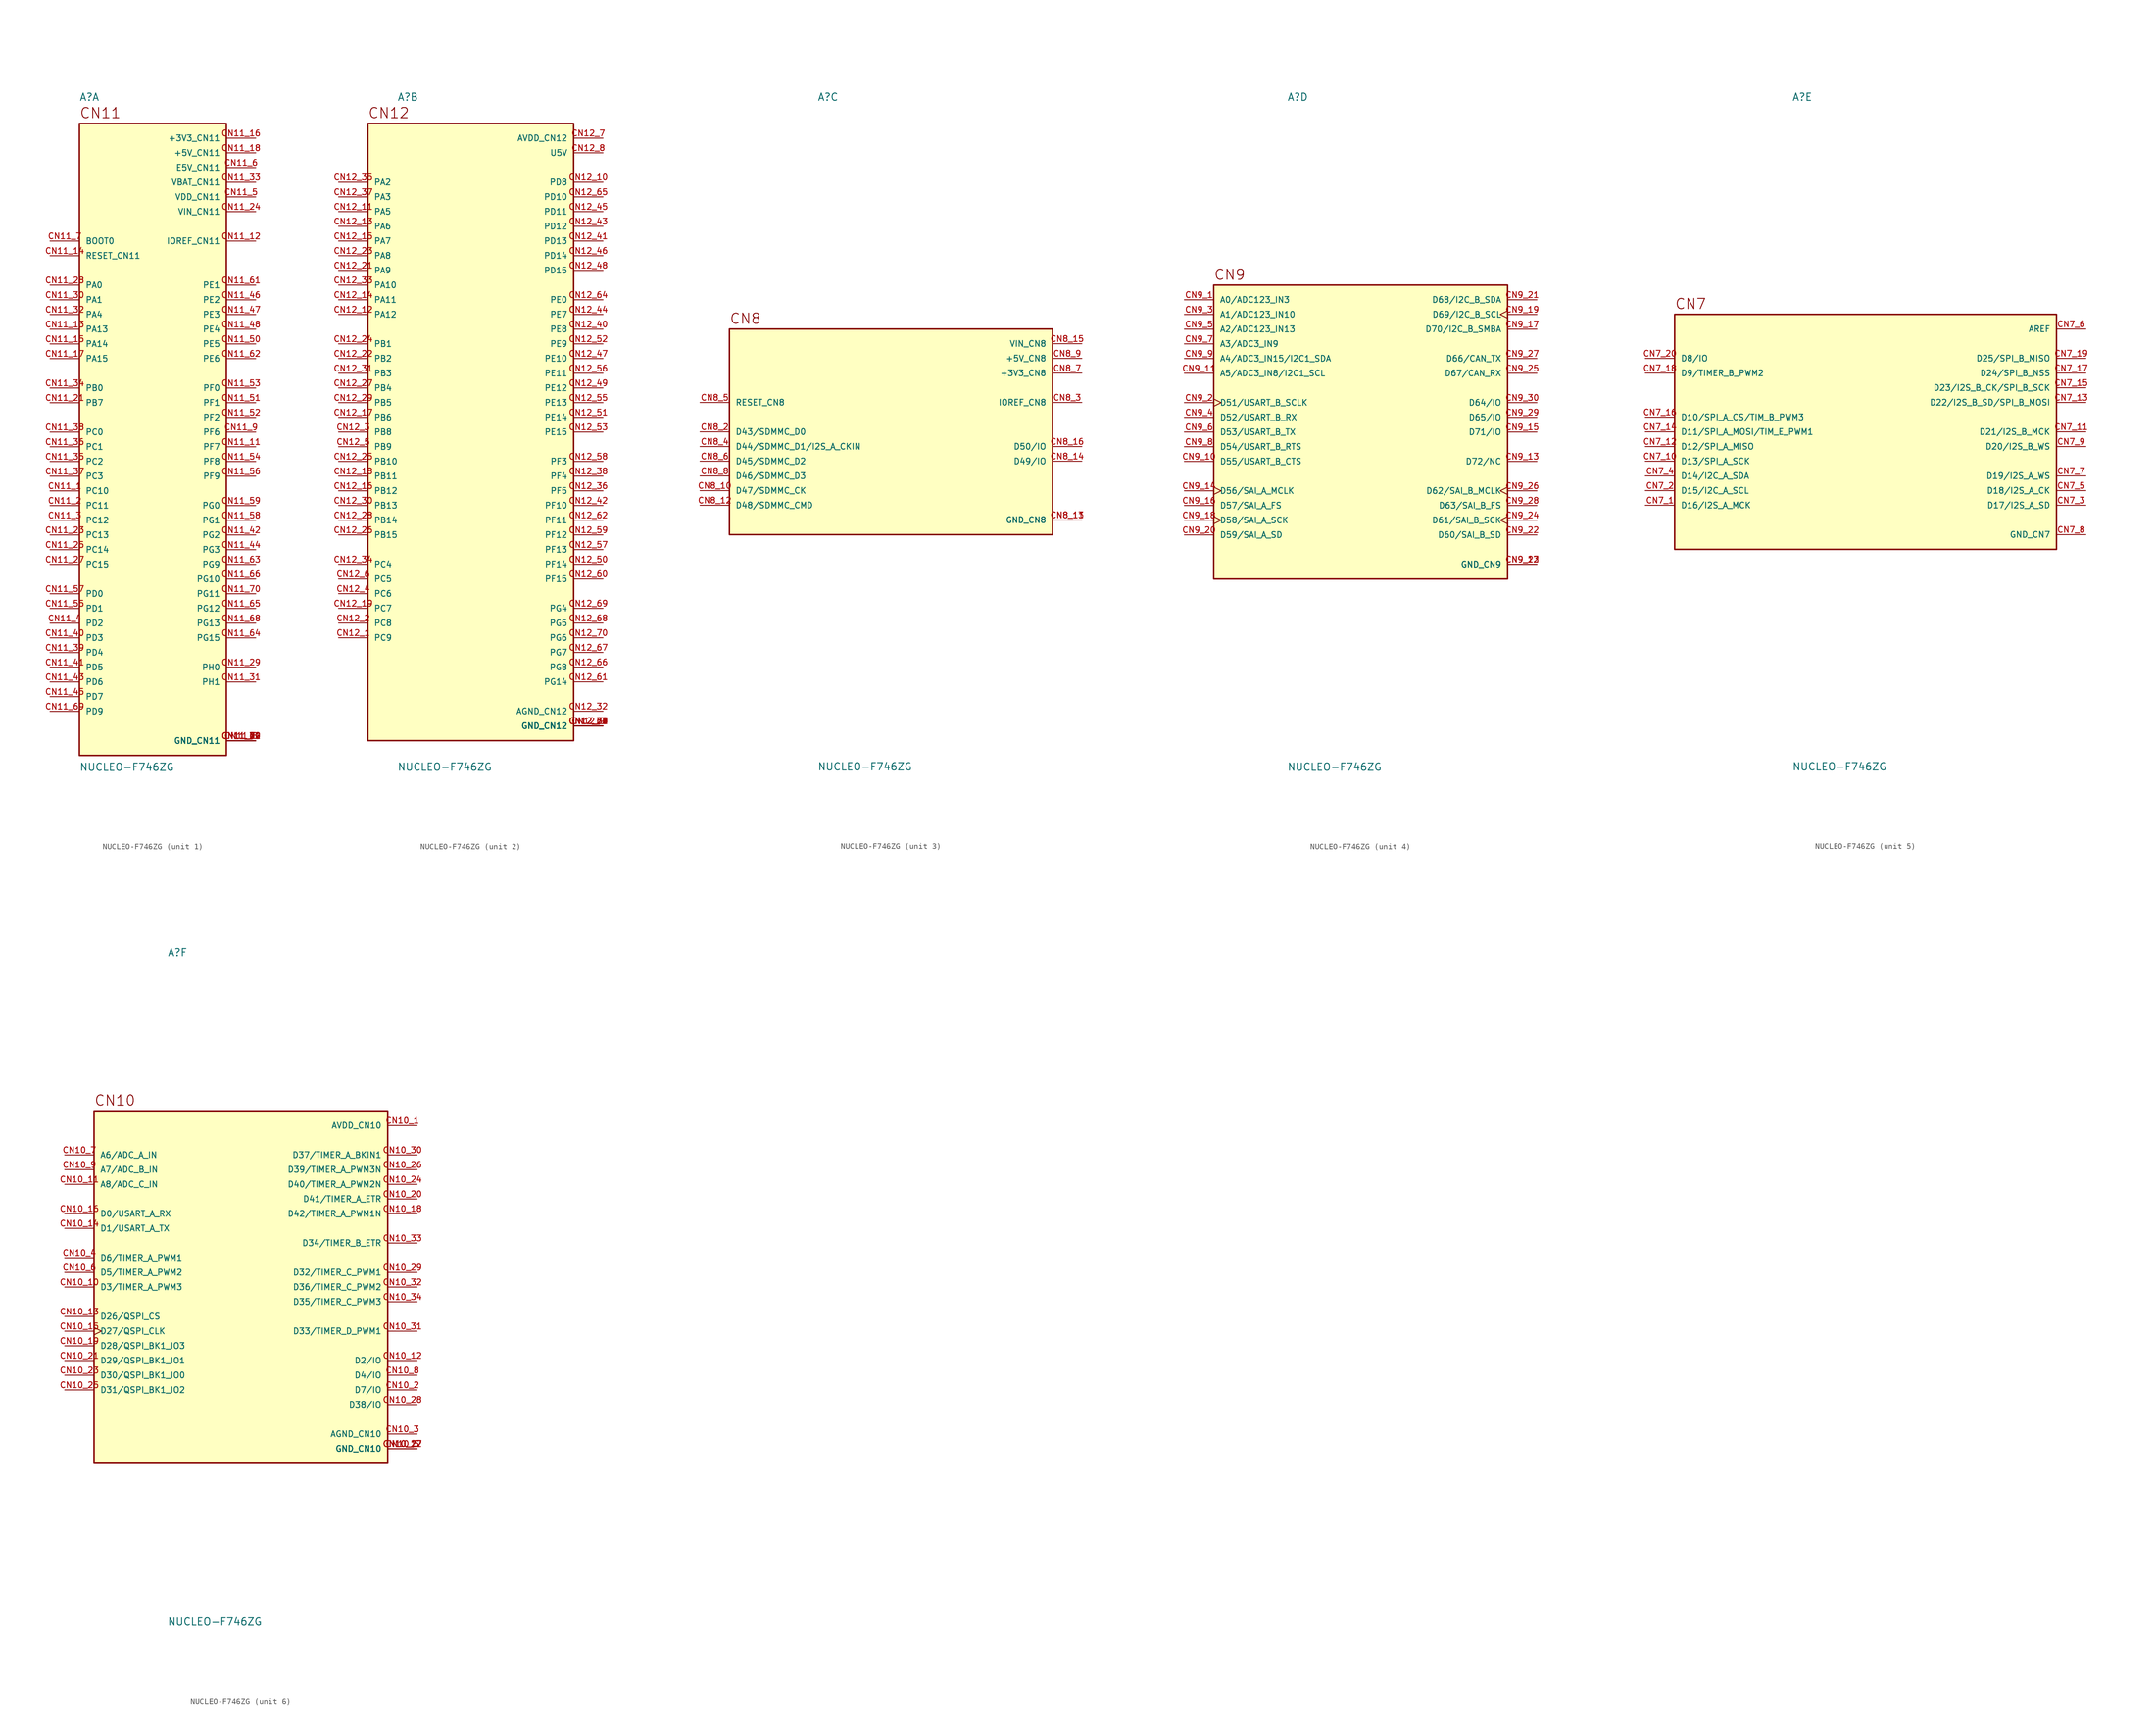
<source format=kicad_sym>
(kicad_symbol_lib
  (version 20231120)
  (generator "kicad_symbol_editor")
  (generator_version "8.0")
  (symbol "NUCLEO-F746ZG"
    (pin_names
      (offset 1.016))
    (property "Reference" "A"
      (at -12.7 57.15 0)
      (effects (font (size 1.27 1.27)) (justify left bottom)))
    (property "Value" "NUCLEO-F746ZG"
      (at -12.7 -57.15 0)
      (effects (font (size 1.27 1.27)) (justify left top)))
    (symbol "NUCLEO-F746ZG_1_0"
      (rectangle (start -12.7 53.34) (end 12.7 -55.88) (stroke (width 0.254) (type default)) (fill (type background)))
      (text "CN11" (at -12.7 54.102 0) (effects (font (size 1.778 1.778)) (justify left bottom)))
      (pin bidirectional line (at -17.78 -10.16 0) (length 5.08) (name "PC10" (effects (font (size 1.016 1.016)))) (number "CN11_1" (effects (font (size 1.016 1.016)))))
      (pin bidirectional line (at 17.78 -2.54 180) (length 5.08) (name "PF7" (effects (font (size 1.016 1.016)))) (number "CN11_11" (effects (font (size 1.016 1.016)))))
      (pin bidirectional line (at 17.78 33.02 180) (length 5.08) (name "IOREF_CN11" (effects (font (size 1.016 1.016)))) (number "CN11_12" (effects (font (size 1.016 1.016)))))
      (pin bidirectional line (at -17.78 17.78 0) (length 5.08) (name "PA13" (effects (font (size 1.016 1.016)))) (number "CN11_13" (effects (font (size 1.016 1.016)))))
      (pin bidirectional line (at -17.78 30.48 0) (length 5.08) (name "RESET_CN11" (effects (font (size 1.016 1.016)))) (number "CN11_14" (effects (font (size 1.016 1.016)))))
      (pin bidirectional line (at -17.78 15.24 0) (length 5.08) (name "PA14" (effects (font (size 1.016 1.016)))) (number "CN11_15" (effects (font (size 1.016 1.016)))))
      (pin power_in line (at 17.78 50.8 180) (length 5.08) (name "+3V3_CN11" (effects (font (size 1.016 1.016)))) (number "CN11_16" (effects (font (size 1.016 1.016)))))
      (pin bidirectional line (at -17.78 12.7 0) (length 5.08) (name "PA15" (effects (font (size 1.016 1.016)))) (number "CN11_17" (effects (font (size 1.016 1.016)))))
      (pin power_in line (at 17.78 48.26 180) (length 5.08) (name "+5V_CN11" (effects (font (size 1.016 1.016)))) (number "CN11_18" (effects (font (size 1.016 1.016)))))
      (pin power_in line (at 17.78 -53.34 180) (length 5.08) (name "GND_CN11" (effects (font (size 1.016 1.016)))) (number "CN11_19" (effects (font (size 1.016 1.016)))))
      (pin bidirectional line (at -17.78 -12.7 0) (length 5.08) (name "PC11" (effects (font (size 1.016 1.016)))) (number "CN11_2" (effects (font (size 1.016 1.016)))))
      (pin power_in line (at 17.78 -53.34 180) (length 5.08) (name "GND_CN11" (effects (font (size 1.016 1.016)))) (number "CN11_20" (effects (font (size 1.016 1.016)))))
      (pin bidirectional line (at -17.78 5.08 0) (length 5.08) (name "PB7" (effects (font (size 1.016 1.016)))) (number "CN11_21" (effects (font (size 1.016 1.016)))))
      (pin power_in line (at 17.78 -53.34 180) (length 5.08) (name "GND_CN11" (effects (font (size 1.016 1.016)))) (number "CN11_22" (effects (font (size 1.016 1.016)))))
      (pin bidirectional line (at -17.78 -17.78 0) (length 5.08) (name "PC13" (effects (font (size 1.016 1.016)))) (number "CN11_23" (effects (font (size 1.016 1.016)))))
      (pin power_in line (at 17.78 38.1 180) (length 5.08) (name "VIN_CN11" (effects (font (size 1.016 1.016)))) (number "CN11_24" (effects (font (size 1.016 1.016)))))
      (pin bidirectional line (at -17.78 -20.32 0) (length 5.08) (name "PC14" (effects (font (size 1.016 1.016)))) (number "CN11_25" (effects (font (size 1.016 1.016)))))
      (pin bidirectional line (at -17.78 -22.86 0) (length 5.08) (name "PC15" (effects (font (size 1.016 1.016)))) (number "CN11_27" (effects (font (size 1.016 1.016)))))
      (pin bidirectional line (at -17.78 25.4 0) (length 5.08) (name "PA0" (effects (font (size 1.016 1.016)))) (number "CN11_28" (effects (font (size 1.016 1.016)))))
      (pin bidirectional line (at 17.78 -40.64 180) (length 5.08) (name "PH0" (effects (font (size 1.016 1.016)))) (number "CN11_29" (effects (font (size 1.016 1.016)))))
      (pin bidirectional line (at -17.78 -15.24 0) (length 5.08) (name "PC12" (effects (font (size 1.016 1.016)))) (number "CN11_3" (effects (font (size 1.016 1.016)))))
      (pin bidirectional line (at -17.78 22.86 0) (length 5.08) (name "PA1" (effects (font (size 1.016 1.016)))) (number "CN11_30" (effects (font (size 1.016 1.016)))))
      (pin bidirectional line (at 17.78 -43.18 180) (length 5.08) (name "PH1" (effects (font (size 1.016 1.016)))) (number "CN11_31" (effects (font (size 1.016 1.016)))))
      (pin bidirectional line (at -17.78 20.32 0) (length 5.08) (name "PA4" (effects (font (size 1.016 1.016)))) (number "CN11_32" (effects (font (size 1.016 1.016)))))
      (pin power_in line (at 17.78 43.18 180) (length 5.08) (name "VBAT_CN11" (effects (font (size 1.016 1.016)))) (number "CN11_33" (effects (font (size 1.016 1.016)))))
      (pin bidirectional line (at -17.78 7.62 0) (length 5.08) (name "PB0" (effects (font (size 1.016 1.016)))) (number "CN11_34" (effects (font (size 1.016 1.016)))))
      (pin bidirectional line (at -17.78 -5.08 0) (length 5.08) (name "PC2" (effects (font (size 1.016 1.016)))) (number "CN11_35" (effects (font (size 1.016 1.016)))))
      (pin bidirectional line (at -17.78 -2.54 0) (length 5.08) (name "PC1" (effects (font (size 1.016 1.016)))) (number "CN11_36" (effects (font (size 1.016 1.016)))))
      (pin bidirectional line (at -17.78 -7.62 0) (length 5.08) (name "PC3" (effects (font (size 1.016 1.016)))) (number "CN11_37" (effects (font (size 1.016 1.016)))))
      (pin bidirectional line (at -17.78 0 0) (length 5.08) (name "PC0" (effects (font (size 1.016 1.016)))) (number "CN11_38" (effects (font (size 1.016 1.016)))))
      (pin bidirectional line (at -17.78 -38.1 0) (length 5.08) (name "PD4" (effects (font (size 1.016 1.016)))) (number "CN11_39" (effects (font (size 1.016 1.016)))))
      (pin bidirectional line (at -17.78 -33.02 0) (length 5.08) (name "PD2" (effects (font (size 1.016 1.016)))) (number "CN11_4" (effects (font (size 1.016 1.016)))))
      (pin bidirectional line (at -17.78 -35.56 0) (length 5.08) (name "PD3" (effects (font (size 1.016 1.016)))) (number "CN11_40" (effects (font (size 1.016 1.016)))))
      (pin bidirectional line (at -17.78 -40.64 0) (length 5.08) (name "PD5" (effects (font (size 1.016 1.016)))) (number "CN11_41" (effects (font (size 1.016 1.016)))))
      (pin bidirectional line (at 17.78 -17.78 180) (length 5.08) (name "PG2" (effects (font (size 1.016 1.016)))) (number "CN11_42" (effects (font (size 1.016 1.016)))))
      (pin bidirectional line (at -17.78 -43.18 0) (length 5.08) (name "PD6" (effects (font (size 1.016 1.016)))) (number "CN11_43" (effects (font (size 1.016 1.016)))))
      (pin bidirectional line (at 17.78 -20.32 180) (length 5.08) (name "PG3" (effects (font (size 1.016 1.016)))) (number "CN11_44" (effects (font (size 1.016 1.016)))))
      (pin bidirectional line (at -17.78 -45.72 0) (length 5.08) (name "PD7" (effects (font (size 1.016 1.016)))) (number "CN11_45" (effects (font (size 1.016 1.016)))))
      (pin bidirectional line (at 17.78 22.86 180) (length 5.08) (name "PE2" (effects (font (size 1.016 1.016)))) (number "CN11_46" (effects (font (size 1.016 1.016)))))
      (pin bidirectional line (at 17.78 20.32 180) (length 5.08) (name "PE3" (effects (font (size 1.016 1.016)))) (number "CN11_47" (effects (font (size 1.016 1.016)))))
      (pin bidirectional line (at 17.78 17.78 180) (length 5.08) (name "PE4" (effects (font (size 1.016 1.016)))) (number "CN11_48" (effects (font (size 1.016 1.016)))))
      (pin power_in line (at 17.78 -53.34 180) (length 5.08) (name "GND_CN11" (effects (font (size 1.016 1.016)))) (number "CN11_49" (effects (font (size 1.016 1.016)))))
      (pin power_in line (at 17.78 40.64 180) (length 5.08) (name "VDD_CN11" (effects (font (size 1.016 1.016)))) (number "CN11_5" (effects (font (size 1.016 1.016)))))
      (pin bidirectional line (at 17.78 15.24 180) (length 5.08) (name "PE5" (effects (font (size 1.016 1.016)))) (number "CN11_50" (effects (font (size 1.016 1.016)))))
      (pin bidirectional line (at 17.78 5.08 180) (length 5.08) (name "PF1" (effects (font (size 1.016 1.016)))) (number "CN11_51" (effects (font (size 1.016 1.016)))))
      (pin bidirectional line (at 17.78 2.54 180) (length 5.08) (name "PF2" (effects (font (size 1.016 1.016)))) (number "CN11_52" (effects (font (size 1.016 1.016)))))
      (pin bidirectional line (at 17.78 7.62 180) (length 5.08) (name "PF0" (effects (font (size 1.016 1.016)))) (number "CN11_53" (effects (font (size 1.016 1.016)))))
      (pin bidirectional line (at 17.78 -5.08 180) (length 5.08) (name "PF8" (effects (font (size 1.016 1.016)))) (number "CN11_54" (effects (font (size 1.016 1.016)))))
      (pin bidirectional line (at -17.78 -30.48 0) (length 5.08) (name "PD1" (effects (font (size 1.016 1.016)))) (number "CN11_55" (effects (font (size 1.016 1.016)))))
      (pin bidirectional line (at 17.78 -7.62 180) (length 5.08) (name "PF9" (effects (font (size 1.016 1.016)))) (number "CN11_56" (effects (font (size 1.016 1.016)))))
      (pin bidirectional line (at -17.78 -27.94 0) (length 5.08) (name "PD0" (effects (font (size 1.016 1.016)))) (number "CN11_57" (effects (font (size 1.016 1.016)))))
      (pin bidirectional line (at 17.78 -15.24 180) (length 5.08) (name "PG1" (effects (font (size 1.016 1.016)))) (number "CN11_58" (effects (font (size 1.016 1.016)))))
      (pin bidirectional line (at 17.78 -12.7 180) (length 5.08) (name "PG0" (effects (font (size 1.016 1.016)))) (number "CN11_59" (effects (font (size 1.016 1.016)))))
      (pin power_in line (at 17.78 45.72 180) (length 5.08) (name "E5V_CN11" (effects (font (size 1.016 1.016)))) (number "CN11_6" (effects (font (size 1.016 1.016)))))
      (pin power_in line (at 17.78 -53.34 180) (length 5.08) (name "GND_CN11" (effects (font (size 1.016 1.016)))) (number "CN11_60" (effects (font (size 1.016 1.016)))))
      (pin bidirectional line (at 17.78 25.4 180) (length 5.08) (name "PE1" (effects (font (size 1.016 1.016)))) (number "CN11_61" (effects (font (size 1.016 1.016)))))
      (pin bidirectional line (at 17.78 12.7 180) (length 5.08) (name "PE6" (effects (font (size 1.016 1.016)))) (number "CN11_62" (effects (font (size 1.016 1.016)))))
      (pin bidirectional line (at 17.78 -22.86 180) (length 5.08) (name "PG9" (effects (font (size 1.016 1.016)))) (number "CN11_63" (effects (font (size 1.016 1.016)))))
      (pin bidirectional line (at 17.78 -35.56 180) (length 5.08) (name "PG15" (effects (font (size 1.016 1.016)))) (number "CN11_64" (effects (font (size 1.016 1.016)))))
      (pin bidirectional line (at 17.78 -30.48 180) (length 5.08) (name "PG12" (effects (font (size 1.016 1.016)))) (number "CN11_65" (effects (font (size 1.016 1.016)))))
      (pin bidirectional line (at 17.78 -25.4 180) (length 5.08) (name "PG10" (effects (font (size 1.016 1.016)))) (number "CN11_66" (effects (font (size 1.016 1.016)))))
      (pin bidirectional line (at 17.78 -33.02 180) (length 5.08) (name "PG13" (effects (font (size 1.016 1.016)))) (number "CN11_68" (effects (font (size 1.016 1.016)))))
      (pin bidirectional line (at -17.78 -48.26 0) (length 5.08) (name "PD9" (effects (font (size 1.016 1.016)))) (number "CN11_69" (effects (font (size 1.016 1.016)))))
      (pin bidirectional line (at -17.78 33.02 0) (length 5.08) (name "BOOT0" (effects (font (size 1.016 1.016)))) (number "CN11_7" (effects (font (size 1.016 1.016)))))
      (pin bidirectional line (at 17.78 -27.94 180) (length 5.08) (name "PG11" (effects (font (size 1.016 1.016)))) (number "CN11_70" (effects (font (size 1.016 1.016)))))
      (pin power_in line (at 17.78 -53.34 180) (length 5.08) (name "GND_CN11" (effects (font (size 1.016 1.016)))) (number "CN11_71" (effects (font (size 1.016 1.016)))))
      (pin power_in line (at 17.78 -53.34 180) (length 5.08) (name "GND_CN11" (effects (font (size 1.016 1.016)))) (number "CN11_72" (effects (font (size 1.016 1.016)))))
      (pin power_in line (at 17.78 -53.34 180) (length 5.08) (name "GND_CN11" (effects (font (size 1.016 1.016)))) (number "CN11_8" (effects (font (size 1.016 1.016)))))
      (pin bidirectional line (at 17.78 0 180) (length 5.08) (name "PF6" (effects (font (size 1.016 1.016)))) (number "CN11_9" (effects (font (size 1.016 1.016))))))
    (symbol "NUCLEO-F746ZG_2_0"
      (rectangle (start -17.78 -53.34) (end 17.78 53.34) (stroke (width 0.254) (type default)) (fill (type background)))
      (text "CN12" (at -17.78 54.102 0) (effects (font (size 1.778 1.778)) (justify left bottom)))
      (pin bidirectional line (at -22.86 -35.56 0) (length 5.08) (name "PC9" (effects (font (size 1.016 1.016)))) (number "CN12_1" (effects (font (size 1.016 1.016)))))
      (pin bidirectional line (at 22.86 43.18 180) (length 5.08) (name "PD8" (effects (font (size 1.016 1.016)))) (number "CN12_10" (effects (font (size 1.016 1.016)))))
      (pin bidirectional line (at -22.86 38.1 0) (length 5.08) (name "PA5" (effects (font (size 1.016 1.016)))) (number "CN12_11" (effects (font (size 1.016 1.016)))))
      (pin bidirectional line (at -22.86 20.32 0) (length 5.08) (name "PA12" (effects (font (size 1.016 1.016)))) (number "CN12_12" (effects (font (size 1.016 1.016)))))
      (pin bidirectional line (at -22.86 35.56 0) (length 5.08) (name "PA6" (effects (font (size 1.016 1.016)))) (number "CN12_13" (effects (font (size 1.016 1.016)))))
      (pin bidirectional line (at -22.86 22.86 0) (length 5.08) (name "PA11" (effects (font (size 1.016 1.016)))) (number "CN12_14" (effects (font (size 1.016 1.016)))))
      (pin bidirectional line (at -22.86 33.02 0) (length 5.08) (name "PA7" (effects (font (size 1.016 1.016)))) (number "CN12_15" (effects (font (size 1.016 1.016)))))
      (pin bidirectional line (at -22.86 -10.16 0) (length 5.08) (name "PB12" (effects (font (size 1.016 1.016)))) (number "CN12_16" (effects (font (size 1.016 1.016)))))
      (pin bidirectional line (at -22.86 2.54 0) (length 5.08) (name "PB6" (effects (font (size 1.016 1.016)))) (number "CN12_17" (effects (font (size 1.016 1.016)))))
      (pin bidirectional line (at -22.86 -7.62 0) (length 5.08) (name "PB11" (effects (font (size 1.016 1.016)))) (number "CN12_18" (effects (font (size 1.016 1.016)))))
      (pin bidirectional line (at -22.86 -30.48 0) (length 5.08) (name "PC7" (effects (font (size 1.016 1.016)))) (number "CN12_19" (effects (font (size 1.016 1.016)))))
      (pin bidirectional line (at -22.86 -33.02 0) (length 5.08) (name "PC8" (effects (font (size 1.016 1.016)))) (number "CN12_2" (effects (font (size 1.016 1.016)))))
      (pin power_in line (at 22.86 -50.8 180) (length 5.08) (name "GND_CN12" (effects (font (size 1.016 1.016)))) (number "CN12_20" (effects (font (size 1.016 1.016)))))
      (pin bidirectional line (at -22.86 27.94 0) (length 5.08) (name "PA9" (effects (font (size 1.016 1.016)))) (number "CN12_21" (effects (font (size 1.016 1.016)))))
      (pin bidirectional line (at -22.86 12.7 0) (length 5.08) (name "PB2" (effects (font (size 1.016 1.016)))) (number "CN12_22" (effects (font (size 1.016 1.016)))))
      (pin bidirectional line (at -22.86 30.48 0) (length 5.08) (name "PA8" (effects (font (size 1.016 1.016)))) (number "CN12_23" (effects (font (size 1.016 1.016)))))
      (pin bidirectional line (at -22.86 15.24 0) (length 5.08) (name "PB1" (effects (font (size 1.016 1.016)))) (number "CN12_24" (effects (font (size 1.016 1.016)))))
      (pin bidirectional line (at -22.86 -5.08 0) (length 5.08) (name "PB10" (effects (font (size 1.016 1.016)))) (number "CN12_25" (effects (font (size 1.016 1.016)))))
      (pin bidirectional line (at -22.86 -17.78 0) (length 5.08) (name "PB15" (effects (font (size 1.016 1.016)))) (number "CN12_26" (effects (font (size 1.016 1.016)))))
      (pin bidirectional line (at -22.86 7.62 0) (length 5.08) (name "PB4" (effects (font (size 1.016 1.016)))) (number "CN12_27" (effects (font (size 1.016 1.016)))))
      (pin bidirectional line (at -22.86 -15.24 0) (length 5.08) (name "PB14" (effects (font (size 1.016 1.016)))) (number "CN12_28" (effects (font (size 1.016 1.016)))))
      (pin bidirectional line (at -22.86 5.08 0) (length 5.08) (name "PB5" (effects (font (size 1.016 1.016)))) (number "CN12_29" (effects (font (size 1.016 1.016)))))
      (pin bidirectional line (at -22.86 0 0) (length 5.08) (name "PB8" (effects (font (size 1.016 1.016)))) (number "CN12_3" (effects (font (size 1.016 1.016)))))
      (pin bidirectional line (at -22.86 -12.7 0) (length 5.08) (name "PB13" (effects (font (size 1.016 1.016)))) (number "CN12_30" (effects (font (size 1.016 1.016)))))
      (pin bidirectional line (at -22.86 10.16 0) (length 5.08) (name "PB3" (effects (font (size 1.016 1.016)))) (number "CN12_31" (effects (font (size 1.016 1.016)))))
      (pin power_in line (at 22.86 -48.26 180) (length 5.08) (name "AGND_CN12" (effects (font (size 1.016 1.016)))) (number "CN12_32" (effects (font (size 1.016 1.016)))))
      (pin bidirectional line (at -22.86 25.4 0) (length 5.08) (name "PA10" (effects (font (size 1.016 1.016)))) (number "CN12_33" (effects (font (size 1.016 1.016)))))
      (pin bidirectional line (at -22.86 -22.86 0) (length 5.08) (name "PC4" (effects (font (size 1.016 1.016)))) (number "CN12_34" (effects (font (size 1.016 1.016)))))
      (pin bidirectional line (at -22.86 43.18 0) (length 5.08) (name "PA2" (effects (font (size 1.016 1.016)))) (number "CN12_35" (effects (font (size 1.016 1.016)))))
      (pin bidirectional line (at 22.86 -10.16 180) (length 5.08) (name "PF5" (effects (font (size 1.016 1.016)))) (number "CN12_36" (effects (font (size 1.016 1.016)))))
      (pin bidirectional line (at -22.86 40.64 0) (length 5.08) (name "PA3" (effects (font (size 1.016 1.016)))) (number "CN12_37" (effects (font (size 1.016 1.016)))))
      (pin bidirectional line (at 22.86 -7.62 180) (length 5.08) (name "PF4" (effects (font (size 1.016 1.016)))) (number "CN12_38" (effects (font (size 1.016 1.016)))))
      (pin power_in line (at 22.86 -50.8 180) (length 5.08) (name "GND_CN12" (effects (font (size 1.016 1.016)))) (number "CN12_39" (effects (font (size 1.016 1.016)))))
      (pin bidirectional line (at -22.86 -27.94 0) (length 5.08) (name "PC6" (effects (font (size 1.016 1.016)))) (number "CN12_4" (effects (font (size 1.016 1.016)))))
      (pin bidirectional line (at 22.86 17.78 180) (length 5.08) (name "PE8" (effects (font (size 1.016 1.016)))) (number "CN12_40" (effects (font (size 1.016 1.016)))))
      (pin bidirectional line (at 22.86 33.02 180) (length 5.08) (name "PD13" (effects (font (size 1.016 1.016)))) (number "CN12_41" (effects (font (size 1.016 1.016)))))
      (pin bidirectional line (at 22.86 -12.7 180) (length 5.08) (name "PF10" (effects (font (size 1.016 1.016)))) (number "CN12_42" (effects (font (size 1.016 1.016)))))
      (pin bidirectional line (at 22.86 35.56 180) (length 5.08) (name "PD12" (effects (font (size 1.016 1.016)))) (number "CN12_43" (effects (font (size 1.016 1.016)))))
      (pin bidirectional line (at 22.86 20.32 180) (length 5.08) (name "PE7" (effects (font (size 1.016 1.016)))) (number "CN12_44" (effects (font (size 1.016 1.016)))))
      (pin bidirectional line (at 22.86 38.1 180) (length 5.08) (name "PD11" (effects (font (size 1.016 1.016)))) (number "CN12_45" (effects (font (size 1.016 1.016)))))
      (pin bidirectional line (at 22.86 30.48 180) (length 5.08) (name "PD14" (effects (font (size 1.016 1.016)))) (number "CN12_46" (effects (font (size 1.016 1.016)))))
      (pin bidirectional line (at 22.86 12.7 180) (length 5.08) (name "PE10" (effects (font (size 1.016 1.016)))) (number "CN12_47" (effects (font (size 1.016 1.016)))))
      (pin bidirectional line (at 22.86 27.94 180) (length 5.08) (name "PD15" (effects (font (size 1.016 1.016)))) (number "CN12_48" (effects (font (size 1.016 1.016)))))
      (pin bidirectional line (at 22.86 7.62 180) (length 5.08) (name "PE12" (effects (font (size 1.016 1.016)))) (number "CN12_49" (effects (font (size 1.016 1.016)))))
      (pin bidirectional line (at -22.86 -2.54 0) (length 5.08) (name "PB9" (effects (font (size 1.016 1.016)))) (number "CN12_5" (effects (font (size 1.016 1.016)))))
      (pin bidirectional line (at 22.86 -22.86 180) (length 5.08) (name "PF14" (effects (font (size 1.016 1.016)))) (number "CN12_50" (effects (font (size 1.016 1.016)))))
      (pin bidirectional line (at 22.86 2.54 180) (length 5.08) (name "PE14" (effects (font (size 1.016 1.016)))) (number "CN12_51" (effects (font (size 1.016 1.016)))))
      (pin bidirectional line (at 22.86 15.24 180) (length 5.08) (name "PE9" (effects (font (size 1.016 1.016)))) (number "CN12_52" (effects (font (size 1.016 1.016)))))
      (pin bidirectional line (at 22.86 0 180) (length 5.08) (name "PE15" (effects (font (size 1.016 1.016)))) (number "CN12_53" (effects (font (size 1.016 1.016)))))
      (pin power_in line (at 22.86 -50.8 180) (length 5.08) (name "GND_CN12" (effects (font (size 1.016 1.016)))) (number "CN12_54" (effects (font (size 1.016 1.016)))))
      (pin bidirectional line (at 22.86 5.08 180) (length 5.08) (name "PE13" (effects (font (size 1.016 1.016)))) (number "CN12_55" (effects (font (size 1.016 1.016)))))
      (pin bidirectional line (at 22.86 10.16 180) (length 5.08) (name "PE11" (effects (font (size 1.016 1.016)))) (number "CN12_56" (effects (font (size 1.016 1.016)))))
      (pin bidirectional line (at 22.86 -20.32 180) (length 5.08) (name "PF13" (effects (font (size 1.016 1.016)))) (number "CN12_57" (effects (font (size 1.016 1.016)))))
      (pin bidirectional line (at 22.86 -5.08 180) (length 5.08) (name "PF3" (effects (font (size 1.016 1.016)))) (number "CN12_58" (effects (font (size 1.016 1.016)))))
      (pin bidirectional line (at 22.86 -17.78 180) (length 5.08) (name "PF12" (effects (font (size 1.016 1.016)))) (number "CN12_59" (effects (font (size 1.016 1.016)))))
      (pin bidirectional line (at -22.86 -25.4 0) (length 5.08) (name "PC5" (effects (font (size 1.016 1.016)))) (number "CN12_6" (effects (font (size 1.016 1.016)))))
      (pin bidirectional line (at 22.86 -25.4 180) (length 5.08) (name "PF15" (effects (font (size 1.016 1.016)))) (number "CN12_60" (effects (font (size 1.016 1.016)))))
      (pin bidirectional line (at 22.86 -43.18 180) (length 5.08) (name "PG14" (effects (font (size 1.016 1.016)))) (number "CN12_61" (effects (font (size 1.016 1.016)))))
      (pin bidirectional line (at 22.86 -15.24 180) (length 5.08) (name "PF11" (effects (font (size 1.016 1.016)))) (number "CN12_62" (effects (font (size 1.016 1.016)))))
      (pin power_in line (at 22.86 -50.8 180) (length 5.08) (name "GND_CN12" (effects (font (size 1.016 1.016)))) (number "CN12_63" (effects (font (size 1.016 1.016)))))
      (pin bidirectional line (at 22.86 22.86 180) (length 5.08) (name "PE0" (effects (font (size 1.016 1.016)))) (number "CN12_64" (effects (font (size 1.016 1.016)))))
      (pin bidirectional line (at 22.86 40.64 180) (length 5.08) (name "PD10" (effects (font (size 1.016 1.016)))) (number "CN12_65" (effects (font (size 1.016 1.016)))))
      (pin bidirectional line (at 22.86 -40.64 180) (length 5.08) (name "PG8" (effects (font (size 1.016 1.016)))) (number "CN12_66" (effects (font (size 1.016 1.016)))))
      (pin bidirectional line (at 22.86 -38.1 180) (length 5.08) (name "PG7" (effects (font (size 1.016 1.016)))) (number "CN12_67" (effects (font (size 1.016 1.016)))))
      (pin bidirectional line (at 22.86 -33.02 180) (length 5.08) (name "PG5" (effects (font (size 1.016 1.016)))) (number "CN12_68" (effects (font (size 1.016 1.016)))))
      (pin bidirectional line (at 22.86 -30.48 180) (length 5.08) (name "PG4" (effects (font (size 1.016 1.016)))) (number "CN12_69" (effects (font (size 1.016 1.016)))))
      (pin power_in line (at 22.86 50.8 180) (length 5.08) (name "AVDD_CN12" (effects (font (size 1.016 1.016)))) (number "CN12_7" (effects (font (size 1.016 1.016)))))
      (pin bidirectional line (at 22.86 -35.56 180) (length 5.08) (name "PG6" (effects (font (size 1.016 1.016)))) (number "CN12_70" (effects (font (size 1.016 1.016)))))
      (pin power_in line (at 22.86 -50.8 180) (length 5.08) (name "GND_CN12" (effects (font (size 1.016 1.016)))) (number "CN12_71" (effects (font (size 1.016 1.016)))))
      (pin power_in line (at 22.86 -50.8 180) (length 5.08) (name "GND_CN12" (effects (font (size 1.016 1.016)))) (number "CN12_72" (effects (font (size 1.016 1.016)))))
      (pin power_in line (at 22.86 48.26 180) (length 5.08) (name "U5V" (effects (font (size 1.016 1.016)))) (number "CN12_8" (effects (font (size 1.016 1.016)))))
      (pin power_in line (at 22.86 -50.8 180) (length 5.08) (name "GND_CN12" (effects (font (size 1.016 1.016)))) (number "CN12_9" (effects (font (size 1.016 1.016))))))
    (symbol "NUCLEO-F746ZG_3_0"
      (rectangle (start -27.94 -17.78) (end 27.94 17.78) (stroke (width 0.254) (type default)) (fill (type background)))
      (text "CN8" (at -27.94 18.542 0) (effects (font (size 1.778 1.778)) (justify left bottom)))
      (pin bidirectional line (at -33.02 -10.16 0) (length 5.08) (name "D47/SDMMC_CK" (effects (font (size 1.016 1.016)))) (number "CN8_10" (effects (font (size 1.016 1.016)))))
      (pin power_in line (at 33.02 -15.24 180) (length 5.08) (name "GND_CN8" (effects (font (size 1.016 1.016)))) (number "CN8_11" (effects (font (size 1.016 1.016)))))
      (pin bidirectional line (at -33.02 -12.7 0) (length 5.08) (name "D48/SDMMC_CMD" (effects (font (size 1.016 1.016)))) (number "CN8_12" (effects (font (size 1.016 1.016)))))
      (pin power_in line (at 33.02 -15.24 180) (length 5.08) (name "GND_CN8" (effects (font (size 1.016 1.016)))) (number "CN8_13" (effects (font (size 1.016 1.016)))))
      (pin bidirectional line (at 33.02 -5.08 180) (length 5.08) (name "D49/IO" (effects (font (size 1.016 1.016)))) (number "CN8_14" (effects (font (size 1.016 1.016)))))
      (pin power_in line (at 33.02 15.24 180) (length 5.08) (name "VIN_CN8" (effects (font (size 1.016 1.016)))) (number "CN8_15" (effects (font (size 1.016 1.016)))))
      (pin bidirectional line (at 33.02 -2.54 180) (length 5.08) (name "D50/IO" (effects (font (size 1.016 1.016)))) (number "CN8_16" (effects (font (size 1.016 1.016)))))
      (pin bidirectional line (at -33.02 0 0) (length 5.08) (name "D43/SDMMC_D0" (effects (font (size 1.016 1.016)))) (number "CN8_2" (effects (font (size 1.016 1.016)))))
      (pin bidirectional line (at 33.02 5.08 180) (length 5.08) (name "IOREF_CN8" (effects (font (size 1.016 1.016)))) (number "CN8_3" (effects (font (size 1.016 1.016)))))
      (pin bidirectional line (at -33.02 -2.54 0) (length 5.08) (name "D44/SDMMC_D1/I2S_A_CKIN" (effects (font (size 1.016 1.016)))) (number "CN8_4" (effects (font (size 1.016 1.016)))))
      (pin bidirectional line (at -33.02 5.08 0) (length 5.08) (name "RESET_CN8" (effects (font (size 1.016 1.016)))) (number "CN8_5" (effects (font (size 1.016 1.016)))))
      (pin bidirectional line (at -33.02 -5.08 0) (length 5.08) (name "D45/SDMMC_D2" (effects (font (size 1.016 1.016)))) (number "CN8_6" (effects (font (size 1.016 1.016)))))
      (pin power_in line (at 33.02 10.16 180) (length 5.08) (name "+3V3_CN8" (effects (font (size 1.016 1.016)))) (number "CN8_7" (effects (font (size 1.016 1.016)))))
      (pin bidirectional line (at -33.02 -7.62 0) (length 5.08) (name "D46/SDMMC_D3" (effects (font (size 1.016 1.016)))) (number "CN8_8" (effects (font (size 1.016 1.016)))))
      (pin power_in line (at 33.02 12.7 180) (length 5.08) (name "+5V_CN8" (effects (font (size 1.016 1.016)))) (number "CN8_9" (effects (font (size 1.016 1.016))))))
    (symbol "NUCLEO-F746ZG_4_0"
      (rectangle (start -25.4 -25.4) (end 25.4 25.4) (stroke (width 0.254) (type default)) (fill (type background)))
      (text "CN9" (at -25.4 26.162 0) (effects (font (size 1.778 1.778)) (justify left bottom)))
      (pin input line (at -30.48 22.86 0) (length 5.08) (name "A0/ADC123_IN3" (effects (font (size 1.016 1.016)))) (number "CN9_1" (effects (font (size 1.016 1.016)))))
      (pin bidirectional line (at -30.48 -5.08 0) (length 5.08) (name "D55/USART_B_CTS" (effects (font (size 1.016 1.016)))) (number "CN9_10" (effects (font (size 1.016 1.016)))))
      (pin input line (at -30.48 10.16 0) (length 5.08) (name "A5/ADC3_IN8/I2C1_SCL" (effects (font (size 1.016 1.016)))) (number "CN9_11" (effects (font (size 1.016 1.016)))))
      (pin power_in line (at 30.48 -22.86 180) (length 5.08) (name "GND_CN9" (effects (font (size 1.016 1.016)))) (number "CN9_12" (effects (font (size 1.016 1.016)))))
      (pin bidirectional line (at 30.48 -5.08 180) (length 5.08) (name "D72/NC" (effects (font (size 1.016 1.016)))) (number "CN9_13" (effects (font (size 1.016 1.016)))))
      (pin bidirectional clock (at -30.48 -10.16 0) (length 5.08) (name "D56/SAI_A_MCLK" (effects (font (size 1.016 1.016)))) (number "CN9_14" (effects (font (size 1.016 1.016)))))
      (pin bidirectional line (at 30.48 0 180) (length 5.08) (name "D71/IO" (effects (font (size 1.016 1.016)))) (number "CN9_15" (effects (font (size 1.016 1.016)))))
      (pin bidirectional line (at -30.48 -12.7 0) (length 5.08) (name "D57/SAI_A_FS" (effects (font (size 1.016 1.016)))) (number "CN9_16" (effects (font (size 1.016 1.016)))))
      (pin bidirectional line (at 30.48 17.78 180) (length 5.08) (name "D70/I2C_B_SMBA" (effects (font (size 1.016 1.016)))) (number "CN9_17" (effects (font (size 1.016 1.016)))))
      (pin bidirectional clock (at -30.48 -15.24 0) (length 5.08) (name "D58/SAI_A_SCK" (effects (font (size 1.016 1.016)))) (number "CN9_18" (effects (font (size 1.016 1.016)))))
      (pin bidirectional clock (at 30.48 20.32 180) (length 5.08) (name "D69/I2C_B_SCL" (effects (font (size 1.016 1.016)))) (number "CN9_19" (effects (font (size 1.016 1.016)))))
      (pin bidirectional clock (at -30.48 5.08 0) (length 5.08) (name "D51/USART_B_SCLK" (effects (font (size 1.016 1.016)))) (number "CN9_2" (effects (font (size 1.016 1.016)))))
      (pin bidirectional line (at -30.48 -17.78 0) (length 5.08) (name "D59/SAI_A_SD" (effects (font (size 1.016 1.016)))) (number "CN9_20" (effects (font (size 1.016 1.016)))))
      (pin bidirectional line (at 30.48 22.86 180) (length 5.08) (name "D68/I2C_B_SDA" (effects (font (size 1.016 1.016)))) (number "CN9_21" (effects (font (size 1.016 1.016)))))
      (pin bidirectional line (at 30.48 -17.78 180) (length 5.08) (name "D60/SAI_B_SD" (effects (font (size 1.016 1.016)))) (number "CN9_22" (effects (font (size 1.016 1.016)))))
      (pin power_in line (at 30.48 -22.86 180) (length 5.08) (name "GND_CN9" (effects (font (size 1.016 1.016)))) (number "CN9_23" (effects (font (size 1.016 1.016)))))
      (pin bidirectional clock (at 30.48 -15.24 180) (length 5.08) (name "D61/SAI_B_SCK" (effects (font (size 1.016 1.016)))) (number "CN9_24" (effects (font (size 1.016 1.016)))))
      (pin input line (at 30.48 10.16 180) (length 5.08) (name "D67/CAN_RX" (effects (font (size 1.016 1.016)))) (number "CN9_25" (effects (font (size 1.016 1.016)))))
      (pin bidirectional clock (at 30.48 -10.16 180) (length 5.08) (name "D62/SAI_B_MCLK" (effects (font (size 1.016 1.016)))) (number "CN9_26" (effects (font (size 1.016 1.016)))))
      (pin output line (at 30.48 12.7 180) (length 5.08) (name "D66/CAN_TX" (effects (font (size 1.016 1.016)))) (number "CN9_27" (effects (font (size 1.016 1.016)))))
      (pin bidirectional line (at 30.48 -12.7 180) (length 5.08) (name "D63/SAI_B_FS" (effects (font (size 1.016 1.016)))) (number "CN9_28" (effects (font (size 1.016 1.016)))))
      (pin bidirectional line (at 30.48 2.54 180) (length 5.08) (name "D65/IO" (effects (font (size 1.016 1.016)))) (number "CN9_29" (effects (font (size 1.016 1.016)))))
      (pin input line (at -30.48 20.32 0) (length 5.08) (name "A1/ADC123_IN10" (effects (font (size 1.016 1.016)))) (number "CN9_3" (effects (font (size 1.016 1.016)))))
      (pin bidirectional line (at 30.48 5.08 180) (length 5.08) (name "D64/IO" (effects (font (size 1.016 1.016)))) (number "CN9_30" (effects (font (size 1.016 1.016)))))
      (pin bidirectional line (at -30.48 2.54 0) (length 5.08) (name "D52/USART_B_RX" (effects (font (size 1.016 1.016)))) (number "CN9_4" (effects (font (size 1.016 1.016)))))
      (pin input line (at -30.48 17.78 0) (length 5.08) (name "A2/ADC123_IN13" (effects (font (size 1.016 1.016)))) (number "CN9_5" (effects (font (size 1.016 1.016)))))
      (pin bidirectional line (at -30.48 0 0) (length 5.08) (name "D53/USART_B_TX" (effects (font (size 1.016 1.016)))) (number "CN9_6" (effects (font (size 1.016 1.016)))))
      (pin input line (at -30.48 15.24 0) (length 5.08) (name "A3/ADC3_IN9" (effects (font (size 1.016 1.016)))) (number "CN9_7" (effects (font (size 1.016 1.016)))))
      (pin bidirectional line (at -30.48 -2.54 0) (length 5.08) (name "D54/USART_B_RTS" (effects (font (size 1.016 1.016)))) (number "CN9_8" (effects (font (size 1.016 1.016)))))
      (pin input line (at -30.48 12.7 0) (length 5.08) (name "A4/ADC3_IN15/I2C1_SDA" (effects (font (size 1.016 1.016)))) (number "CN9_9" (effects (font (size 1.016 1.016))))))
    (symbol "NUCLEO-F746ZG_5_0"
      (rectangle (start -33.02 -20.32) (end 33.02 20.32) (stroke (width 0.254) (type default)) (fill (type background)))
      (text "CN7" (at -33.02 21.082 0) (effects (font (size 1.778 1.778)) (justify left bottom)))
      (pin bidirectional line (at -38.1 -12.7 0) (length 5.08) (name "D16/I2S_A_MCK" (effects (font (size 1.016 1.016)))) (number "CN7_1" (effects (font (size 1.016 1.016)))))
      (pin bidirectional line (at -38.1 -5.08 0) (length 5.08) (name "D13/SPI_A_SCK" (effects (font (size 1.016 1.016)))) (number "CN7_10" (effects (font (size 1.016 1.016)))))
      (pin bidirectional line (at 38.1 0 180) (length 5.08) (name "D21/I2S_B_MCK" (effects (font (size 1.016 1.016)))) (number "CN7_11" (effects (font (size 1.016 1.016)))))
      (pin bidirectional line (at -38.1 -2.54 0) (length 5.08) (name "D12/SPI_A_MISO" (effects (font (size 1.016 1.016)))) (number "CN7_12" (effects (font (size 1.016 1.016)))))
      (pin bidirectional line (at 38.1 5.08 180) (length 5.08) (name "D22/I2S_B_SD/SPI_B_MOSI" (effects (font (size 1.016 1.016)))) (number "CN7_13" (effects (font (size 1.016 1.016)))))
      (pin bidirectional line (at -38.1 0 0) (length 5.08) (name "D11/SPI_A_MOSI/TIM_E_PWM1" (effects (font (size 1.016 1.016)))) (number "CN7_14" (effects (font (size 1.016 1.016)))))
      (pin bidirectional line (at 38.1 7.62 180) (length 5.08) (name "D23/I2S_B_CK/SPI_B_SCK" (effects (font (size 1.016 1.016)))) (number "CN7_15" (effects (font (size 1.016 1.016)))))
      (pin bidirectional line (at -38.1 2.54 0) (length 5.08) (name "D10/SPI_A_CS/TIM_B_PWM3" (effects (font (size 1.016 1.016)))) (number "CN7_16" (effects (font (size 1.016 1.016)))))
      (pin bidirectional line (at 38.1 10.16 180) (length 5.08) (name "D24/SPI_B_NSS" (effects (font (size 1.016 1.016)))) (number "CN7_17" (effects (font (size 1.016 1.016)))))
      (pin bidirectional line (at -38.1 10.16 0) (length 5.08) (name "D9/TIMER_B_PWM2" (effects (font (size 1.016 1.016)))) (number "CN7_18" (effects (font (size 1.016 1.016)))))
      (pin bidirectional line (at 38.1 12.7 180) (length 5.08) (name "D25/SPI_B_MISO" (effects (font (size 1.016 1.016)))) (number "CN7_19" (effects (font (size 1.016 1.016)))))
      (pin bidirectional line (at -38.1 -10.16 0) (length 5.08) (name "D15/I2C_A_SCL" (effects (font (size 1.016 1.016)))) (number "CN7_2" (effects (font (size 1.016 1.016)))))
      (pin bidirectional line (at -38.1 12.7 0) (length 5.08) (name "D8/IO" (effects (font (size 1.016 1.016)))) (number "CN7_20" (effects (font (size 1.016 1.016)))))
      (pin bidirectional line (at 38.1 -12.7 180) (length 5.08) (name "D17/I2S_A_SD" (effects (font (size 1.016 1.016)))) (number "CN7_3" (effects (font (size 1.016 1.016)))))
      (pin bidirectional line (at -38.1 -7.62 0) (length 5.08) (name "D14/I2C_A_SDA" (effects (font (size 1.016 1.016)))) (number "CN7_4" (effects (font (size 1.016 1.016)))))
      (pin bidirectional line (at 38.1 -10.16 180) (length 5.08) (name "D18/I2S_A_CK" (effects (font (size 1.016 1.016)))) (number "CN7_5" (effects (font (size 1.016 1.016)))))
      (pin power_in line (at 38.1 17.78 180) (length 5.08) (name "AREF" (effects (font (size 1.016 1.016)))) (number "CN7_6" (effects (font (size 1.016 1.016)))))
      (pin bidirectional line (at 38.1 -7.62 180) (length 5.08) (name "D19/I2S_A_WS" (effects (font (size 1.016 1.016)))) (number "CN7_7" (effects (font (size 1.016 1.016)))))
      (pin power_in line (at 38.1 -17.78 180) (length 5.08) (name "GND_CN7" (effects (font (size 1.016 1.016)))) (number "CN7_8" (effects (font (size 1.016 1.016)))))
      (pin bidirectional line (at 38.1 -2.54 180) (length 5.08) (name "D20/I2S_B_WS" (effects (font (size 1.016 1.016)))) (number "CN7_9" (effects (font (size 1.016 1.016))))))
    (symbol "NUCLEO-F746ZG_6_0"
      (rectangle (start -25.4 -30.48) (end 25.4 30.48) (stroke (width 0.254) (type default)) (fill (type background)))
      (text "CN10" (at -25.4 31.242 0) (effects (font (size 1.778 1.778)) (justify left bottom)))
      (pin power_in line (at 30.48 27.94 180) (length 5.08) (name "AVDD_CN10" (effects (font (size 1.016 1.016)))) (number "CN10_1" (effects (font (size 1.016 1.016)))))
      (pin bidirectional line (at -30.48 0 0) (length 5.08) (name "D3/TIMER_A_PWM3" (effects (font (size 1.016 1.016)))) (number "CN10_10" (effects (font (size 1.016 1.016)))))
      (pin input line (at -30.48 17.78 0) (length 5.08) (name "A8/ADC_C_IN" (effects (font (size 1.016 1.016)))) (number "CN10_11" (effects (font (size 1.016 1.016)))))
      (pin bidirectional line (at 30.48 -12.7 180) (length 5.08) (name "D2/IO" (effects (font (size 1.016 1.016)))) (number "CN10_12" (effects (font (size 1.016 1.016)))))
      (pin bidirectional line (at -30.48 -5.08 0) (length 5.08) (name "D26/QSPI_CS" (effects (font (size 1.016 1.016)))) (number "CN10_13" (effects (font (size 1.016 1.016)))))
      (pin output line (at -30.48 10.16 0) (length 5.08) (name "D1/USART_A_TX" (effects (font (size 1.016 1.016)))) (number "CN10_14" (effects (font (size 1.016 1.016)))))
      (pin bidirectional clock (at -30.48 -7.62 0) (length 5.08) (name "D27/QSPI_CLK" (effects (font (size 1.016 1.016)))) (number "CN10_15" (effects (font (size 1.016 1.016)))))
      (pin input line (at -30.48 12.7 0) (length 5.08) (name "D0/USART_A_RX" (effects (font (size 1.016 1.016)))) (number "CN10_16" (effects (font (size 1.016 1.016)))))
      (pin power_in line (at 30.48 -27.94 180) (length 5.08) (name "GND_CN10" (effects (font (size 1.016 1.016)))) (number "CN10_17" (effects (font (size 1.016 1.016)))))
      (pin bidirectional line (at 30.48 12.7 180) (length 5.08) (name "D42/TIMER_A_PWM1N" (effects (font (size 1.016 1.016)))) (number "CN10_18" (effects (font (size 1.016 1.016)))))
      (pin bidirectional line (at -30.48 -10.16 0) (length 5.08) (name "D28/QSPI_BK1_IO3" (effects (font (size 1.016 1.016)))) (number "CN10_19" (effects (font (size 1.016 1.016)))))
      (pin bidirectional line (at 30.48 -17.78 180) (length 5.08) (name "D7/IO" (effects (font (size 1.016 1.016)))) (number "CN10_2" (effects (font (size 1.016 1.016)))))
      (pin bidirectional line (at 30.48 15.24 180) (length 5.08) (name "D41/TIMER_A_ETR" (effects (font (size 1.016 1.016)))) (number "CN10_20" (effects (font (size 1.016 1.016)))))
      (pin bidirectional line (at -30.48 -12.7 0) (length 5.08) (name "D29/QSPI_BK1_IO1" (effects (font (size 1.016 1.016)))) (number "CN10_21" (effects (font (size 1.016 1.016)))))
      (pin power_in line (at 30.48 -27.94 180) (length 5.08) (name "GND_CN10" (effects (font (size 1.016 1.016)))) (number "CN10_22" (effects (font (size 1.016 1.016)))))
      (pin bidirectional line (at -30.48 -15.24 0) (length 5.08) (name "D30/QSPI_BK1_IO0" (effects (font (size 1.016 1.016)))) (number "CN10_23" (effects (font (size 1.016 1.016)))))
      (pin bidirectional line (at 30.48 17.78 180) (length 5.08) (name "D40/TIMER_A_PWM2N" (effects (font (size 1.016 1.016)))) (number "CN10_24" (effects (font (size 1.016 1.016)))))
      (pin bidirectional line (at -30.48 -17.78 0) (length 5.08) (name "D31/QSPI_BK1_IO2" (effects (font (size 1.016 1.016)))) (number "CN10_25" (effects (font (size 1.016 1.016)))))
      (pin bidirectional line (at 30.48 20.32 180) (length 5.08) (name "D39/TIMER_A_PWM3N" (effects (font (size 1.016 1.016)))) (number "CN10_26" (effects (font (size 1.016 1.016)))))
      (pin power_in line (at 30.48 -27.94 180) (length 5.08) (name "GND_CN10" (effects (font (size 1.016 1.016)))) (number "CN10_27" (effects (font (size 1.016 1.016)))))
      (pin bidirectional line (at 30.48 -20.32 180) (length 5.08) (name "D38/IO" (effects (font (size 1.016 1.016)))) (number "CN10_28" (effects (font (size 1.016 1.016)))))
      (pin bidirectional line (at 30.48 2.54 180) (length 5.08) (name "D32/TIMER_C_PWM1" (effects (font (size 1.016 1.016)))) (number "CN10_29" (effects (font (size 1.016 1.016)))))
      (pin power_in line (at 30.48 -25.4 180) (length 5.08) (name "AGND_CN10" (effects (font (size 1.016 1.016)))) (number "CN10_3" (effects (font (size 1.016 1.016)))))
      (pin bidirectional line (at 30.48 22.86 180) (length 5.08) (name "D37/TIMER_A_BKIN1" (effects (font (size 1.016 1.016)))) (number "CN10_30" (effects (font (size 1.016 1.016)))))
      (pin bidirectional line (at 30.48 -7.62 180) (length 5.08) (name "D33/TIMER_D_PWM1" (effects (font (size 1.016 1.016)))) (number "CN10_31" (effects (font (size 1.016 1.016)))))
      (pin bidirectional line (at 30.48 0 180) (length 5.08) (name "D36/TIMER_C_PWM2" (effects (font (size 1.016 1.016)))) (number "CN10_32" (effects (font (size 1.016 1.016)))))
      (pin bidirectional line (at 30.48 7.62 180) (length 5.08) (name "D34/TIMER_B_ETR" (effects (font (size 1.016 1.016)))) (number "CN10_33" (effects (font (size 1.016 1.016)))))
      (pin bidirectional line (at 30.48 -2.54 180) (length 5.08) (name "D35/TIMER_C_PWM3" (effects (font (size 1.016 1.016)))) (number "CN10_34" (effects (font (size 1.016 1.016)))))
      (pin bidirectional line (at -30.48 5.08 0) (length 5.08) (name "D6/TIMER_A_PWM1" (effects (font (size 1.016 1.016)))) (number "CN10_4" (effects (font (size 1.016 1.016)))))
      (pin power_in line (at 30.48 -27.94 180) (length 5.08) (name "GND_CN10" (effects (font (size 1.016 1.016)))) (number "CN10_5" (effects (font (size 1.016 1.016)))))
      (pin bidirectional line (at -30.48 2.54 0) (length 5.08) (name "D5/TIMER_A_PWM2" (effects (font (size 1.016 1.016)))) (number "CN10_6" (effects (font (size 1.016 1.016)))))
      (pin input line (at -30.48 22.86 0) (length 5.08) (name "A6/ADC_A_IN" (effects (font (size 1.016 1.016)))) (number "CN10_7" (effects (font (size 1.016 1.016)))))
      (pin bidirectional line (at 30.48 -15.24 180) (length 5.08) (name "D4/IO" (effects (font (size 1.016 1.016)))) (number "CN10_8" (effects (font (size 1.016 1.016)))))
      (pin input line (at -30.48 20.32 0) (length 5.08) (name "A7/ADC_B_IN" (effects (font (size 1.016 1.016)))) (number "CN10_9" (effects (font (size 1.016 1.016))))))))
</source>
